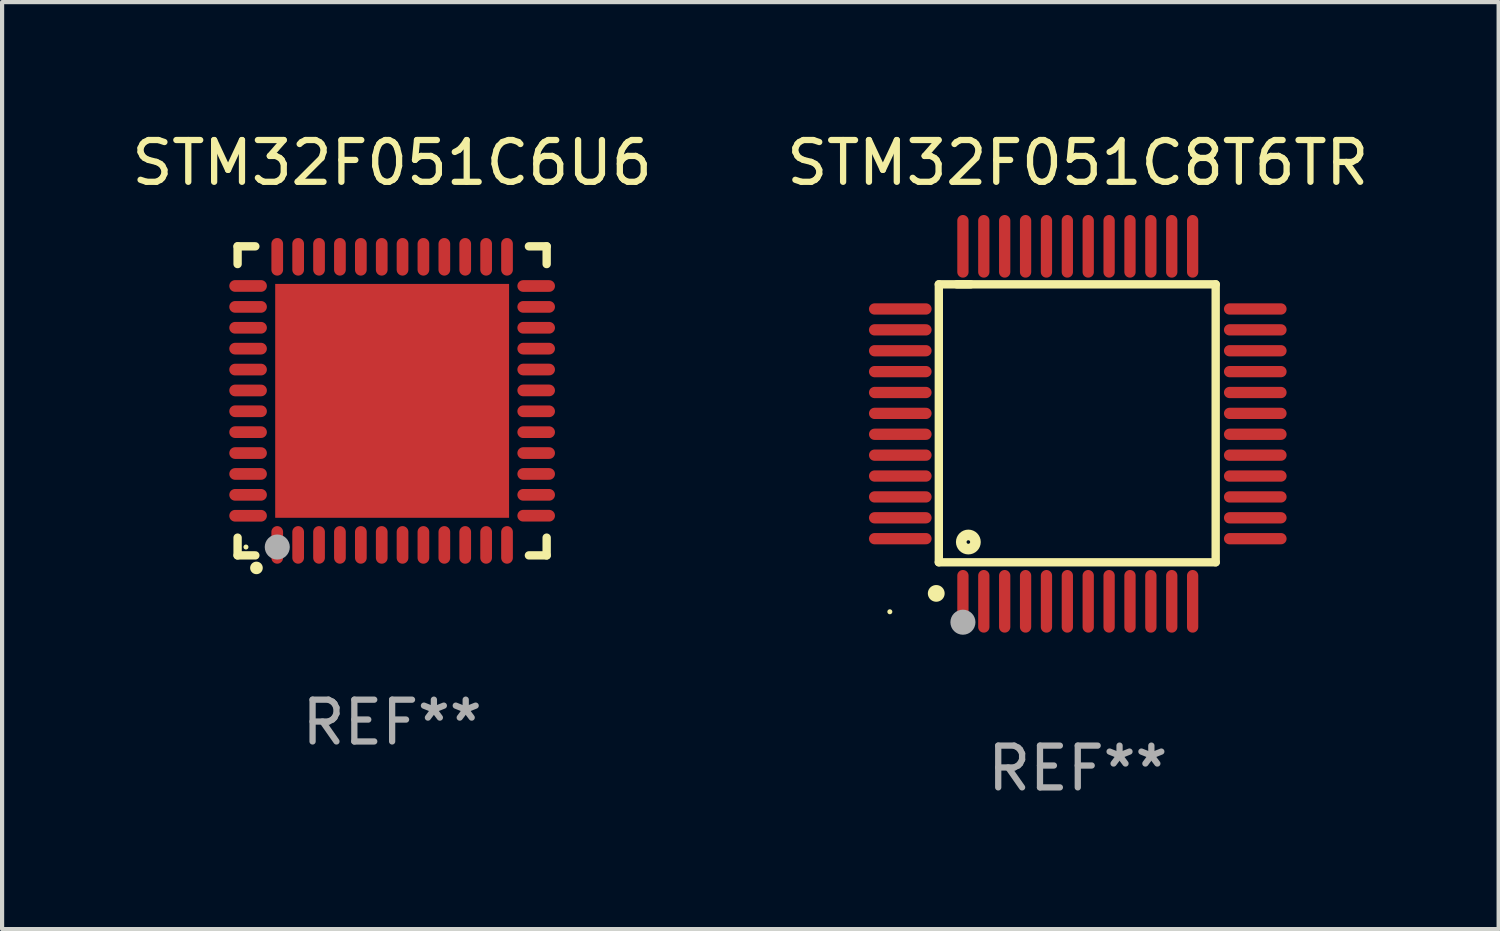
<source format=kicad_pcb>
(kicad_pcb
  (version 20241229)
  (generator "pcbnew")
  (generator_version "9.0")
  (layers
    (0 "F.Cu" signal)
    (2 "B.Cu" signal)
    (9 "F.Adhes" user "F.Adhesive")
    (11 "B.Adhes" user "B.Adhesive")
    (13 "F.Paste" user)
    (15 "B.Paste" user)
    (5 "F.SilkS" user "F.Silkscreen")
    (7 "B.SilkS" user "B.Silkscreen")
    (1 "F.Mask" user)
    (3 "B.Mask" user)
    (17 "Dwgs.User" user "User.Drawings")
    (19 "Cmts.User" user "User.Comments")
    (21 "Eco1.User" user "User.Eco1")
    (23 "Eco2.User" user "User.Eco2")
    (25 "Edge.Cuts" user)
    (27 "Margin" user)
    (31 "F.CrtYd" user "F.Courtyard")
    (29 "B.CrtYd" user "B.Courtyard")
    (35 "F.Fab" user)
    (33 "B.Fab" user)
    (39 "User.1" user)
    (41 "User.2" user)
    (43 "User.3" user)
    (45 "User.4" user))
  (footprint "STM32F051C6U6"
    (layer "F.Cu")
    (at 6.339 6.548)
    (property "Reference" "STM32F051C6U6" (at 0 -5.7 0) (layer "F.SilkS") (effects (font (size 1 1) (thickness 0.15))))
    (attr through_hole)
    (fp_line (start -3.7 -3.7) (end -3.275 -3.7) (stroke (width 0.2) (type solid)) (layer "F.SilkS"))
    (fp_line (start -3.7 -3.275) (end -3.7 -3.7) (stroke (width 0.2) (type solid)) (layer "F.SilkS"))
    (fp_line (start -3.7 3.7) (end -3.7 3.275) (stroke (width 0.2) (type solid)) (layer "F.SilkS"))
    (fp_line (start -3.275 3.7) (end -3.7 3.7) (stroke (width 0.2) (type solid)) (layer "F.SilkS"))
    (fp_line (start 3.7 -3.7) (end 3.275 -3.7) (stroke (width 0.2) (type solid)) (layer "F.SilkS"))
    (fp_line (start 3.7 -3.275) (end 3.7 -3.7) (stroke (width 0.2) (type solid)) (layer "F.SilkS"))
    (fp_line (start 3.7 3.275) (end 3.7 3.7) (stroke (width 0.2) (type solid)) (layer "F.SilkS"))
    (fp_line (start 3.7 3.7) (end 3.275 3.7) (stroke (width 0.2) (type solid)) (layer "F.SilkS"))
    (fp_arc (start -3.249936 3.999975) (mid -3.248666 3.99997) (end -3.247396 3.999975) (stroke (width 0.3) (type solid)) (layer "F.SilkS"))
    (fp_circle (center -3.5 3.5) (end -3.47 3.5) (stroke (width 0.06) (type solid)) (fill no) (layer "F.SilkS"))
    (fp_circle (center -2.75 3.5) (end -2.6 3.5) (stroke (width 0.3) (type solid)) (fill no) (layer "F.Fab"))
    (fp_text user "REF**" (at 0 7.7 0) (layer "F.Fab") (effects (font (size 1 1) (thickness 0.15))))
    (pad "1" smd oval (at -2.751 3.449) (size 0.28 0.9) (layers "F.Cu" "F.Mask" "F.Paste"))
    (pad "2" smd oval (at -2.25 3.449) (size 0.28 0.9) (layers "F.Cu" "F.Mask" "F.Paste"))
    (pad "3" smd oval (at -1.75 3.449) (size 0.28 0.9) (layers "F.Cu" "F.Mask" "F.Paste"))
    (pad "4" smd oval (at -1.25 3.449) (size 0.28 0.9) (layers "F.Cu" "F.Mask" "F.Paste"))
    (pad "5" smd oval (at -0.749 3.449) (size 0.28 0.9) (layers "F.Cu" "F.Mask" "F.Paste"))
    (pad "6" smd oval (at -0.249 3.449) (size 0.28 0.9) (layers "F.Cu" "F.Mask" "F.Paste"))
    (pad "7" smd oval (at 0.249 3.449) (size 0.28 0.9) (layers "F.Cu" "F.Mask" "F.Paste"))
    (pad "8" smd oval (at 0.749 3.449) (size 0.28 0.9) (layers "F.Cu" "F.Mask" "F.Paste"))
    (pad "9" smd oval (at 1.25 3.449) (size 0.28 0.9) (layers "F.Cu" "F.Mask" "F.Paste"))
    (pad "10" smd oval (at 1.75 3.449) (size 0.28 0.9) (layers "F.Cu" "F.Mask" "F.Paste"))
    (pad "11" smd oval (at 2.251 3.449) (size 0.28 0.9) (layers "F.Cu" "F.Mask" "F.Paste"))
    (pad "12" smd oval (at 2.751 3.449) (size 0.28 0.9) (layers "F.Cu" "F.Mask" "F.Paste"))
    (pad "13" smd oval (at 3.449 2.75) (size 0.9 0.28) (layers "F.Cu" "F.Mask" "F.Paste"))
    (pad "14" smd oval (at 3.449 2.25) (size 0.9 0.28) (layers "F.Cu" "F.Mask" "F.Paste"))
    (pad "15" smd oval (at 3.449 1.75) (size 0.9 0.28) (layers "F.Cu" "F.Mask" "F.Paste"))
    (pad "16" smd oval (at 3.449 1.25) (size 0.9 0.28) (layers "F.Cu" "F.Mask" "F.Paste"))
    (pad "17" smd oval (at 3.449 0.75) (size 0.9 0.28) (layers "F.Cu" "F.Mask" "F.Paste"))
    (pad "18" smd oval (at 3.449 0.25) (size 0.9 0.28) (layers "F.Cu" "F.Mask" "F.Paste"))
    (pad "19" smd oval (at 3.449 -0.25) (size 0.9 0.28) (layers "F.Cu" "F.Mask" "F.Paste"))
    (pad "20" smd oval (at 3.449 -0.75) (size 0.9 0.28) (layers "F.Cu" "F.Mask" "F.Paste"))
    (pad "21" smd oval (at 3.449 -1.25) (size 0.9 0.28) (layers "F.Cu" "F.Mask" "F.Paste"))
    (pad "22" smd oval (at 3.449 -1.75) (size 0.9 0.28) (layers "F.Cu" "F.Mask" "F.Paste"))
    (pad "23" smd oval (at 3.449 -2.25) (size 0.9 0.28) (layers "F.Cu" "F.Mask" "F.Paste"))
    (pad "24" smd oval (at 3.449 -2.75) (size 0.9 0.28) (layers "F.Cu" "F.Mask" "F.Paste"))
    (pad "25" smd oval (at 2.751 -3.449) (size 0.28 0.9) (layers "F.Cu" "F.Mask" "F.Paste"))
    (pad "26" smd oval (at 2.251 -3.449) (size 0.28 0.9) (layers "F.Cu" "F.Mask" "F.Paste"))
    (pad "27" smd oval (at 1.75 -3.449) (size 0.28 0.9) (layers "F.Cu" "F.Mask" "F.Paste"))
    (pad "28" smd oval (at 1.25 -3.449) (size 0.28 0.9) (layers "F.Cu" "F.Mask" "F.Paste"))
    (pad "29" smd oval (at 0.749 -3.449) (size 0.28 0.9) (layers "F.Cu" "F.Mask" "F.Paste"))
    (pad "30" smd oval (at 0.249 -3.449) (size 0.28 0.9) (layers "F.Cu" "F.Mask" "F.Paste"))
    (pad "31" smd oval (at -0.249 -3.449) (size 0.28 0.9) (layers "F.Cu" "F.Mask" "F.Paste"))
    (pad "32" smd oval (at -0.749 -3.449) (size 0.28 0.9) (layers "F.Cu" "F.Mask" "F.Paste"))
    (pad "33" smd oval (at -1.25 -3.449) (size 0.28 0.9) (layers "F.Cu" "F.Mask" "F.Paste"))
    (pad "34" smd oval (at -1.75 -3.449) (size 0.28 0.9) (layers "F.Cu" "F.Mask" "F.Paste"))
    (pad "35" smd oval (at -2.25 -3.449) (size 0.28 0.9) (layers "F.Cu" "F.Mask" "F.Paste"))
    (pad "36" smd oval (at -2.751 -3.449) (size 0.28 0.9) (layers "F.Cu" "F.Mask" "F.Paste"))
    (pad "37" smd oval (at -3.449 -2.751) (size 0.9 0.28) (layers "F.Cu" "F.Mask" "F.Paste"))
    (pad "38" smd oval (at -3.449 -2.25) (size 0.9 0.28) (layers "F.Cu" "F.Mask" "F.Paste"))
    (pad "39" smd oval (at -3.449 -1.75) (size 0.9 0.28) (layers "F.Cu" "F.Mask" "F.Paste"))
    (pad "40" smd oval (at -3.449 -1.25) (size 0.9 0.28) (layers "F.Cu" "F.Mask" "F.Paste"))
    (pad "41" smd oval (at -3.449 -0.749) (size 0.9 0.28) (layers "F.Cu" "F.Mask" "F.Paste"))
    (pad "42" smd oval (at -3.449 -0.249) (size 0.9 0.28) (layers "F.Cu" "F.Mask" "F.Paste"))
    (pad "43" smd oval (at -3.449 0.249) (size 0.9 0.28) (layers "F.Cu" "F.Mask" "F.Paste"))
    (pad "44" smd oval (at -3.449 0.749) (size 0.9 0.28) (layers "F.Cu" "F.Mask" "F.Paste"))
    (pad "45" smd oval (at -3.449 1.25) (size 0.9 0.28) (layers "F.Cu" "F.Mask" "F.Paste"))
    (pad "46" smd oval (at -3.449 1.75) (size 0.9 0.28) (layers "F.Cu" "F.Mask" "F.Paste"))
    (pad "47" smd oval (at -3.449 2.25) (size 0.9 0.28) (layers "F.Cu" "F.Mask" "F.Paste"))
    (pad "48" smd oval (at -3.449 2.751) (size 0.9 0.28) (layers "F.Cu" "F.Mask" "F.Paste"))
    (pad "49" smd rect (at 0.000076 -0.000025) (size 5.6 5.6) (layers "F.Cu" "F.Mask" "F.Paste")))
  (footprint "STM32F051C8T6TR"
    (layer "F.Cu")
    (at 22.756 7.098)
    (property "Reference" "STM32F051C8T6TR" (at 0 -6.25 0) (layer "F.SilkS") (effects (font (size 1 1) (thickness 0.15))))
    (attr through_hole)
    (fp_line (start -3.327 -3.34) (end -2.565 -3.34) (stroke (width 0.2) (type solid)) (layer "F.SilkS"))
    (fp_line (start -3.327 3.315) (end -3.327 -3.34) (stroke (width 0.2) (type solid)) (layer "F.SilkS"))
    (fp_line (start -2.896 -3.34) (end 3.302 -3.34) (stroke (width 0.2) (type solid)) (layer "F.SilkS"))
    (fp_line (start 3.302 -3.34) (end 3.302 3.315) (stroke (width 0.2) (type solid)) (layer "F.SilkS"))
    (fp_line (start 3.302 3.315) (end -3.327 3.315) (stroke (width 0.2) (type solid)) (layer "F.SilkS"))
    (fp_arc (start -3.389992 4.059995) (mid -3.388722 4.059991) (end -3.387452 4.059995) (stroke (width 0.4) (type solid)) (layer "F.SilkS"))
    (fp_circle (center -4.5 4.5) (end -4.47 4.5) (stroke (width 0.06) (type solid)) (fill no) (layer "F.SilkS"))
    (fp_circle (center -2.62 2.83) (end -2.45 2.83) (stroke (width 0.254) (type solid)) (fill no) (layer "F.SilkS"))
    (fp_circle (center -2.75 4.75) (end -2.6 4.75) (stroke (width 0.3) (type solid)) (fill no) (layer "F.Fab"))
    (fp_text user "REF**" (at 0 8.25 0) (layer "F.Fab") (effects (font (size 1 1) (thickness 0.15))))
    (pad "1" smd oval (at -2.75 4.25) (size 0.27 1.5) (layers "F.Cu" "F.Mask" "F.Paste"))
    (pad "2" smd oval (at -2.25 4.25) (size 0.27 1.5) (layers "F.Cu" "F.Mask" "F.Paste"))
    (pad "3" smd oval (at -1.75 4.25) (size 0.27 1.5) (layers "F.Cu" "F.Mask" "F.Paste"))
    (pad "4" smd oval (at -1.25 4.25) (size 0.27 1.5) (layers "F.Cu" "F.Mask" "F.Paste"))
    (pad "5" smd oval (at -0.75 4.25) (size 0.27 1.5) (layers "F.Cu" "F.Mask" "F.Paste"))
    (pad "6" smd oval (at -0.25 4.25) (size 0.27 1.5) (layers "F.Cu" "F.Mask" "F.Paste"))
    (pad "7" smd oval (at 0.25 4.25) (size 0.27 1.5) (layers "F.Cu" "F.Mask" "F.Paste"))
    (pad "8" smd oval (at 0.75 4.25) (size 0.27 1.5) (layers "F.Cu" "F.Mask" "F.Paste"))
    (pad "9" smd oval (at 1.25 4.25) (size 0.27 1.5) (layers "F.Cu" "F.Mask" "F.Paste"))
    (pad "10" smd oval (at 1.75 4.25) (size 0.27 1.5) (layers "F.Cu" "F.Mask" "F.Paste"))
    (pad "11" smd oval (at 2.25 4.25) (size 0.27 1.5) (layers "F.Cu" "F.Mask" "F.Paste"))
    (pad "12" smd oval (at 2.75 4.25) (size 0.27 1.5) (layers "F.Cu" "F.Mask" "F.Paste"))
    (pad "13" smd oval (at 4.25 2.75) (size 1.5 0.27) (layers "F.Cu" "F.Mask" "F.Paste"))
    (pad "14" smd oval (at 4.25 2.25) (size 1.5 0.27) (layers "F.Cu" "F.Mask" "F.Paste"))
    (pad "15" smd oval (at 4.25 1.75) (size 1.5 0.27) (layers "F.Cu" "F.Mask" "F.Paste"))
    (pad "16" smd oval (at 4.25 1.25) (size 1.5 0.27) (layers "F.Cu" "F.Mask" "F.Paste"))
    (pad "17" smd oval (at 4.25 0.75) (size 1.5 0.27) (layers "F.Cu" "F.Mask" "F.Paste"))
    (pad "18" smd oval (at 4.25 0.25) (size 1.5 0.27) (layers "F.Cu" "F.Mask" "F.Paste"))
    (pad "19" smd oval (at 4.25 -0.25) (size 1.5 0.27) (layers "F.Cu" "F.Mask" "F.Paste"))
    (pad "20" smd oval (at 4.25 -0.75) (size 1.5 0.27) (layers "F.Cu" "F.Mask" "F.Paste"))
    (pad "21" smd oval (at 4.25 -1.25) (size 1.5 0.27) (layers "F.Cu" "F.Mask" "F.Paste"))
    (pad "22" smd oval (at 4.25 -1.75) (size 1.5 0.27) (layers "F.Cu" "F.Mask" "F.Paste"))
    (pad "23" smd oval (at 4.25 -2.25) (size 1.5 0.27) (layers "F.Cu" "F.Mask" "F.Paste"))
    (pad "24" smd oval (at 4.25 -2.75) (size 1.5 0.27) (layers "F.Cu" "F.Mask" "F.Paste"))
    (pad "25" smd oval (at 2.75 -4.25) (size 0.27 1.5) (layers "F.Cu" "F.Mask" "F.Paste"))
    (pad "26" smd oval (at 2.25 -4.25) (size 0.27 1.5) (layers "F.Cu" "F.Mask" "F.Paste"))
    (pad "27" smd oval (at 1.75 -4.25) (size 0.27 1.5) (layers "F.Cu" "F.Mask" "F.Paste"))
    (pad "28" smd oval (at 1.25 -4.25) (size 0.27 1.5) (layers "F.Cu" "F.Mask" "F.Paste"))
    (pad "29" smd oval (at 0.75 -4.25) (size 0.27 1.5) (layers "F.Cu" "F.Mask" "F.Paste"))
    (pad "30" smd oval (at 0.25 -4.25) (size 0.27 1.5) (layers "F.Cu" "F.Mask" "F.Paste"))
    (pad "31" smd oval (at -0.25 -4.25) (size 0.27 1.5) (layers "F.Cu" "F.Mask" "F.Paste"))
    (pad "32" smd oval (at -0.75 -4.25) (size 0.27 1.5) (layers "F.Cu" "F.Mask" "F.Paste"))
    (pad "33" smd oval (at -1.25 -4.25) (size 0.27 1.5) (layers "F.Cu" "F.Mask" "F.Paste"))
    (pad "34" smd oval (at -1.75 -4.25) (size 0.27 1.5) (layers "F.Cu" "F.Mask" "F.Paste"))
    (pad "35" smd oval (at -2.25 -4.25) (size 0.27 1.5) (layers "F.Cu" "F.Mask" "F.Paste"))
    (pad "36" smd oval (at -2.75 -4.25) (size 0.27 1.5) (layers "F.Cu" "F.Mask" "F.Paste"))
    (pad "37" smd oval (at -4.25 -2.75) (size 1.5 0.27) (layers "F.Cu" "F.Mask" "F.Paste"))
    (pad "38" smd oval (at -4.25 -2.25) (size 1.5 0.27) (layers "F.Cu" "F.Mask" "F.Paste"))
    (pad "39" smd oval (at -4.25 -1.75) (size 1.5 0.27) (layers "F.Cu" "F.Mask" "F.Paste"))
    (pad "40" smd oval (at -4.25 -1.25) (size 1.5 0.27) (layers "F.Cu" "F.Mask" "F.Paste"))
    (pad "41" smd oval (at -4.25 -0.75) (size 1.5 0.27) (layers "F.Cu" "F.Mask" "F.Paste"))
    (pad "42" smd oval (at -4.25 -0.25) (size 1.5 0.27) (layers "F.Cu" "F.Mask" "F.Paste"))
    (pad "43" smd oval (at -4.25 0.25) (size 1.5 0.27) (layers "F.Cu" "F.Mask" "F.Paste"))
    (pad "44" smd oval (at -4.25 0.75) (size 1.5 0.27) (layers "F.Cu" "F.Mask" "F.Paste"))
    (pad "45" smd oval (at -4.25 1.25) (size 1.5 0.27) (layers "F.Cu" "F.Mask" "F.Paste"))
    (pad "46" smd oval (at -4.25 1.75) (size 1.5 0.27) (layers "F.Cu" "F.Mask" "F.Paste"))
    (pad "47" smd oval (at -4.25 2.25) (size 1.5 0.27) (layers "F.Cu" "F.Mask" "F.Paste"))
    (pad "48" smd oval (at -4.25 2.75) (size 1.5 0.27) (layers "F.Cu" "F.Mask" "F.Paste")))
  (gr_rect
    (start -3 -3)
    (end 32.833 19.196)
    (stroke (width 0.1) (type default))
    (fill no)
    (layer "Edge.Cuts")))
</source>
